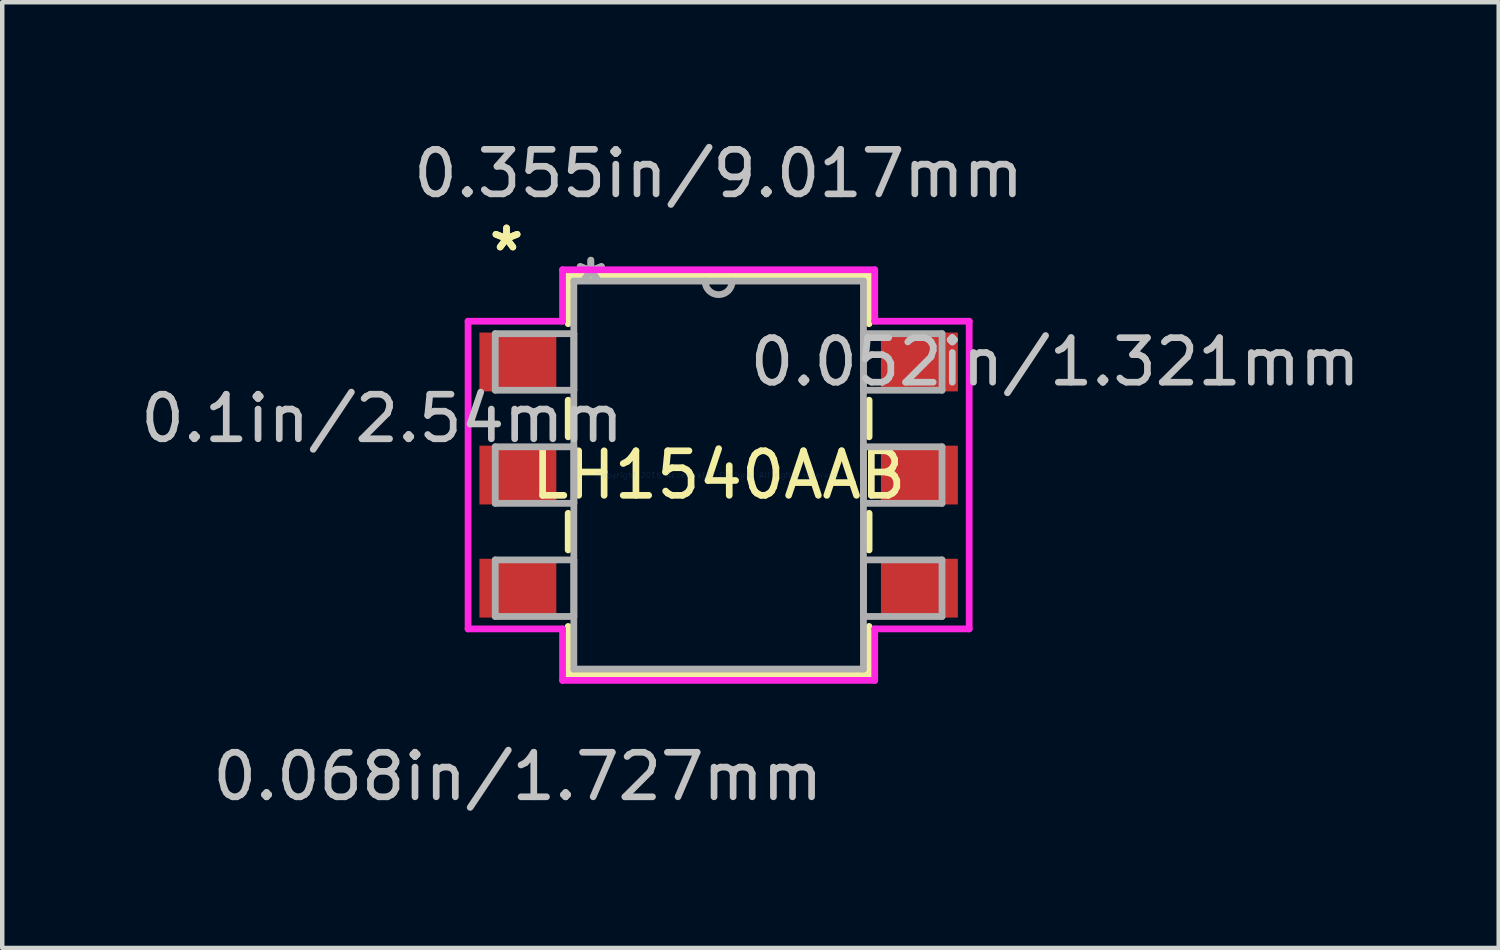
<source format=kicad_pcb>
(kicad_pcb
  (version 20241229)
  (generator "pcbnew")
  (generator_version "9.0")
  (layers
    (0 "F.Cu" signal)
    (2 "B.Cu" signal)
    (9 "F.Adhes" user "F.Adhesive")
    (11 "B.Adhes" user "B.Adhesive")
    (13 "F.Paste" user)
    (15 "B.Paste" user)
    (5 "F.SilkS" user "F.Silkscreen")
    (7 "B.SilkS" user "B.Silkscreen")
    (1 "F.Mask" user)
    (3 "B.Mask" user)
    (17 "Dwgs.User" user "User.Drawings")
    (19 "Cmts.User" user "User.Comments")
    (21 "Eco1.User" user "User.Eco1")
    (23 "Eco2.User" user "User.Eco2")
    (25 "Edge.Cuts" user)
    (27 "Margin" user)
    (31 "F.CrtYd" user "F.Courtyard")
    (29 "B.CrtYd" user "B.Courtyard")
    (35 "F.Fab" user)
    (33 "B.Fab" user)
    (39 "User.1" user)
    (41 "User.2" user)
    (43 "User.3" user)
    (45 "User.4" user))
  (footprint "LH1540AAB"
    (layer "F.Cu")
    (at 13.086 7.617)
    (property "Reference" "LH1540AAB" (at 0 0 0) (layer "F.SilkS") (effects (font (size 1 1) (thickness 0.15))))
    (attr through_hole)
    (fp_line (start -3.378 -4.483) (end -3.378 -3.399) (stroke (width 0.152) (type solid)) (layer "F.SilkS"))
    (fp_line (start -3.378 -1.681) (end -3.378 -0.859) (stroke (width 0.152) (type solid)) (layer "F.SilkS"))
    (fp_line (start -3.378 0.859) (end -3.378 1.681) (stroke (width 0.152) (type solid)) (layer "F.SilkS"))
    (fp_line (start -3.378 3.399) (end -3.378 4.483) (stroke (width 0.152) (type solid)) (layer "F.SilkS"))
    (fp_line (start -3.378 4.483) (end 3.378 4.483) (stroke (width 0.152) (type solid)) (layer "F.SilkS"))
    (fp_line (start 3.378 -4.483) (end -3.378 -4.483) (stroke (width 0.152) (type solid)) (layer "F.SilkS"))
    (fp_line (start 3.378 -3.399) (end 3.378 -4.483) (stroke (width 0.152) (type solid)) (layer "F.SilkS"))
    (fp_line (start 3.378 -0.859) (end 3.378 -1.681) (stroke (width 0.152) (type solid)) (layer "F.SilkS"))
    (fp_line (start 3.378 1.681) (end 3.378 0.859) (stroke (width 0.152) (type solid)) (layer "F.SilkS"))
    (fp_line (start 3.378 4.483) (end 3.378 3.399) (stroke (width 0.152) (type solid)) (layer "F.SilkS"))
    (fp_line (start -5.626 -3.454) (end -3.505 -3.454) (stroke (width 0.152) (type solid)) (layer "F.CrtYd"))
    (fp_line (start -5.626 3.454) (end -5.626 -3.454) (stroke (width 0.152) (type solid)) (layer "F.CrtYd"))
    (fp_line (start -3.505 -4.61) (end 3.505 -4.61) (stroke (width 0.152) (type solid)) (layer "F.CrtYd"))
    (fp_line (start -3.505 -3.454) (end -3.505 -4.61) (stroke (width 0.152) (type solid)) (layer "F.CrtYd"))
    (fp_line (start -3.505 3.454) (end -5.626 3.454) (stroke (width 0.152) (type solid)) (layer "F.CrtYd"))
    (fp_line (start -3.505 4.61) (end -3.505 3.454) (stroke (width 0.152) (type solid)) (layer "F.CrtYd"))
    (fp_line (start 3.505 -4.61) (end 3.505 -3.454) (stroke (width 0.152) (type solid)) (layer "F.CrtYd"))
    (fp_line (start 3.505 -3.454) (end 5.626 -3.454) (stroke (width 0.152) (type solid)) (layer "F.CrtYd"))
    (fp_line (start 3.505 3.454) (end 3.505 4.61) (stroke (width 0.152) (type solid)) (layer "F.CrtYd"))
    (fp_line (start 3.505 4.61) (end -3.505 4.61) (stroke (width 0.152) (type solid)) (layer "F.CrtYd"))
    (fp_line (start 5.626 -3.454) (end 5.626 3.454) (stroke (width 0.152) (type solid)) (layer "F.CrtYd"))
    (fp_line (start 5.626 3.454) (end 3.505 3.454) (stroke (width 0.152) (type solid)) (layer "F.CrtYd"))
    (fp_line (start -5.016 -3.175) (end -5.016 -1.905) (stroke (width 0.152) (type solid)) (layer "F.Fab"))
    (fp_line (start -5.016 -1.905) (end -3.251 -1.905) (stroke (width 0.152) (type solid)) (layer "F.Fab"))
    (fp_line (start -5.016 -0.635) (end -5.016 0.635) (stroke (width 0.152) (type solid)) (layer "F.Fab"))
    (fp_line (start -5.016 0.635) (end -3.251 0.635) (stroke (width 0.152) (type solid)) (layer "F.Fab"))
    (fp_line (start -5.016 1.905) (end -5.016 3.175) (stroke (width 0.152) (type solid)) (layer "F.Fab"))
    (fp_line (start -5.016 3.175) (end -3.251 3.175) (stroke (width 0.152) (type solid)) (layer "F.Fab"))
    (fp_line (start -3.251 -4.356) (end -3.251 4.356) (stroke (width 0.152) (type solid)) (layer "F.Fab"))
    (fp_line (start -3.251 -3.175) (end -5.016 -3.175) (stroke (width 0.152) (type solid)) (layer "F.Fab"))
    (fp_line (start -3.251 -1.905) (end -3.251 -3.175) (stroke (width 0.152) (type solid)) (layer "F.Fab"))
    (fp_line (start -3.251 -0.635) (end -5.016 -0.635) (stroke (width 0.152) (type solid)) (layer "F.Fab"))
    (fp_line (start -3.251 0.635) (end -3.251 -0.635) (stroke (width 0.152) (type solid)) (layer "F.Fab"))
    (fp_line (start -3.251 1.905) (end -5.016 1.905) (stroke (width 0.152) (type solid)) (layer "F.Fab"))
    (fp_line (start -3.251 3.175) (end -3.251 1.905) (stroke (width 0.152) (type solid)) (layer "F.Fab"))
    (fp_line (start -3.251 4.356) (end 3.251 4.356) (stroke (width 0.152) (type solid)) (layer "F.Fab"))
    (fp_line (start 3.251 -4.356) (end -3.251 -4.356) (stroke (width 0.152) (type solid)) (layer "F.Fab"))
    (fp_line (start 3.251 -3.175) (end 3.251 -1.905) (stroke (width 0.152) (type solid)) (layer "F.Fab"))
    (fp_line (start 3.251 -1.905) (end 5.016 -1.905) (stroke (width 0.152) (type solid)) (layer "F.Fab"))
    (fp_line (start 3.251 -0.635) (end 3.251 0.635) (stroke (width 0.152) (type solid)) (layer "F.Fab"))
    (fp_line (start 3.251 0.635) (end 5.016 0.635) (stroke (width 0.152) (type solid)) (layer "F.Fab"))
    (fp_line (start 3.251 1.905) (end 3.251 3.175) (stroke (width 0.152) (type solid)) (layer "F.Fab"))
    (fp_line (start 3.251 3.175) (end 5.016 3.175) (stroke (width 0.152) (type solid)) (layer "F.Fab"))
    (fp_line (start 3.251 4.356) (end 3.251 -4.356) (stroke (width 0.152) (type solid)) (layer "F.Fab"))
    (fp_line (start 5.016 -3.175) (end 3.251 -3.175) (stroke (width 0.152) (type solid)) (layer "F.Fab"))
    (fp_line (start 5.016 -1.905) (end 5.016 -3.175) (stroke (width 0.152) (type solid)) (layer "F.Fab"))
    (fp_line (start 5.016 -0.635) (end 3.251 -0.635) (stroke (width 0.152) (type solid)) (layer "F.Fab"))
    (fp_line (start 5.016 0.635) (end 5.016 -0.635) (stroke (width 0.152) (type solid)) (layer "F.Fab"))
    (fp_line (start 5.016 1.905) (end 3.251 1.905) (stroke (width 0.152) (type solid)) (layer "F.Fab"))
    (fp_line (start 5.016 3.175) (end 5.016 1.905) (stroke (width 0.152) (type solid)) (layer "F.Fab"))
    (fp_arc (start 0.3048 -4.3561) (mid 0 -4.0513) (end -0.3048 -4.3561) (stroke (width 0.1524) (type solid)) (layer "F.Fab"))
    (fp_text user "*" (at -4.763 -5.004 0) (layer "F.SilkS") (effects (font (size 1 1) (thickness 0.15))))
    (fp_text user "*" (at -4.763 -5.004 0) (layer "F.SilkS") (effects (font (size 1 1) (thickness 0.15))))
    (fp_text user "0.068in/1.727mm" (at -4.508 6.769 0) (layer "Dwgs.User") (effects (font (size 1 1) (thickness 0.15))))
    (fp_text user "0.052in/1.321mm" (at 7.556 -2.54 0) (layer "Dwgs.User") (effects (font (size 1 1) (thickness 0.15))))
    (fp_text user "0.1in/2.54mm" (at -7.556 -1.27 0) (layer "Dwgs.User") (effects (font (size 1 1) (thickness 0.15))))
    (fp_text user "0.355in/9.017mm" (at 0 -6.769 0) (layer "Dwgs.User") (effects (font (size 1 1) (thickness 0.15))))
    (fp_text user "Copyright 2016 Accelerated Designs. All rights reserved." (at 0 0 0) (layer "Cmts.User") (effects (font (size 0.127 0.127) (thickness 0.002))))
    (fp_text user "*" (at -2.87 -4.28 0) (layer "F.Fab") (effects (font (size 1 1) (thickness 0.15))))
    (fp_text user "*" (at -2.87 -4.28 0) (layer "F.Fab") (effects (font (size 1 1) (thickness 0.15))))
    (pad "1" smd rect (at -4.508 -2.54) (size 1.727 1.321) (layers "F.Cu" "F.Mask" "F.Paste"))
    (pad "2" smd rect (at -4.508 0) (size 1.727 1.321) (layers "F.Cu" "F.Mask" "F.Paste"))
    (pad "3" smd rect (at -4.508 2.54) (size 1.727 1.321) (layers "F.Cu" "F.Mask" "F.Paste"))
    (pad "4" smd rect (at 4.508 2.54) (size 1.727 1.321) (layers "F.Cu" "F.Mask" "F.Paste"))
    (pad "5" smd rect (at 4.508 0) (size 1.727 1.321) (layers "F.Cu" "F.Mask" "F.Paste"))
    (pad "6" smd rect (at 4.508 -2.54) (size 1.727 1.321) (layers "F.Cu" "F.Mask" "F.Paste")))
  (gr_rect
    (start -3 -3)
    (end 30.601 18.235)
    (stroke (width 0.1) (type default))
    (fill no)
    (layer "Edge.Cuts")))
</source>
